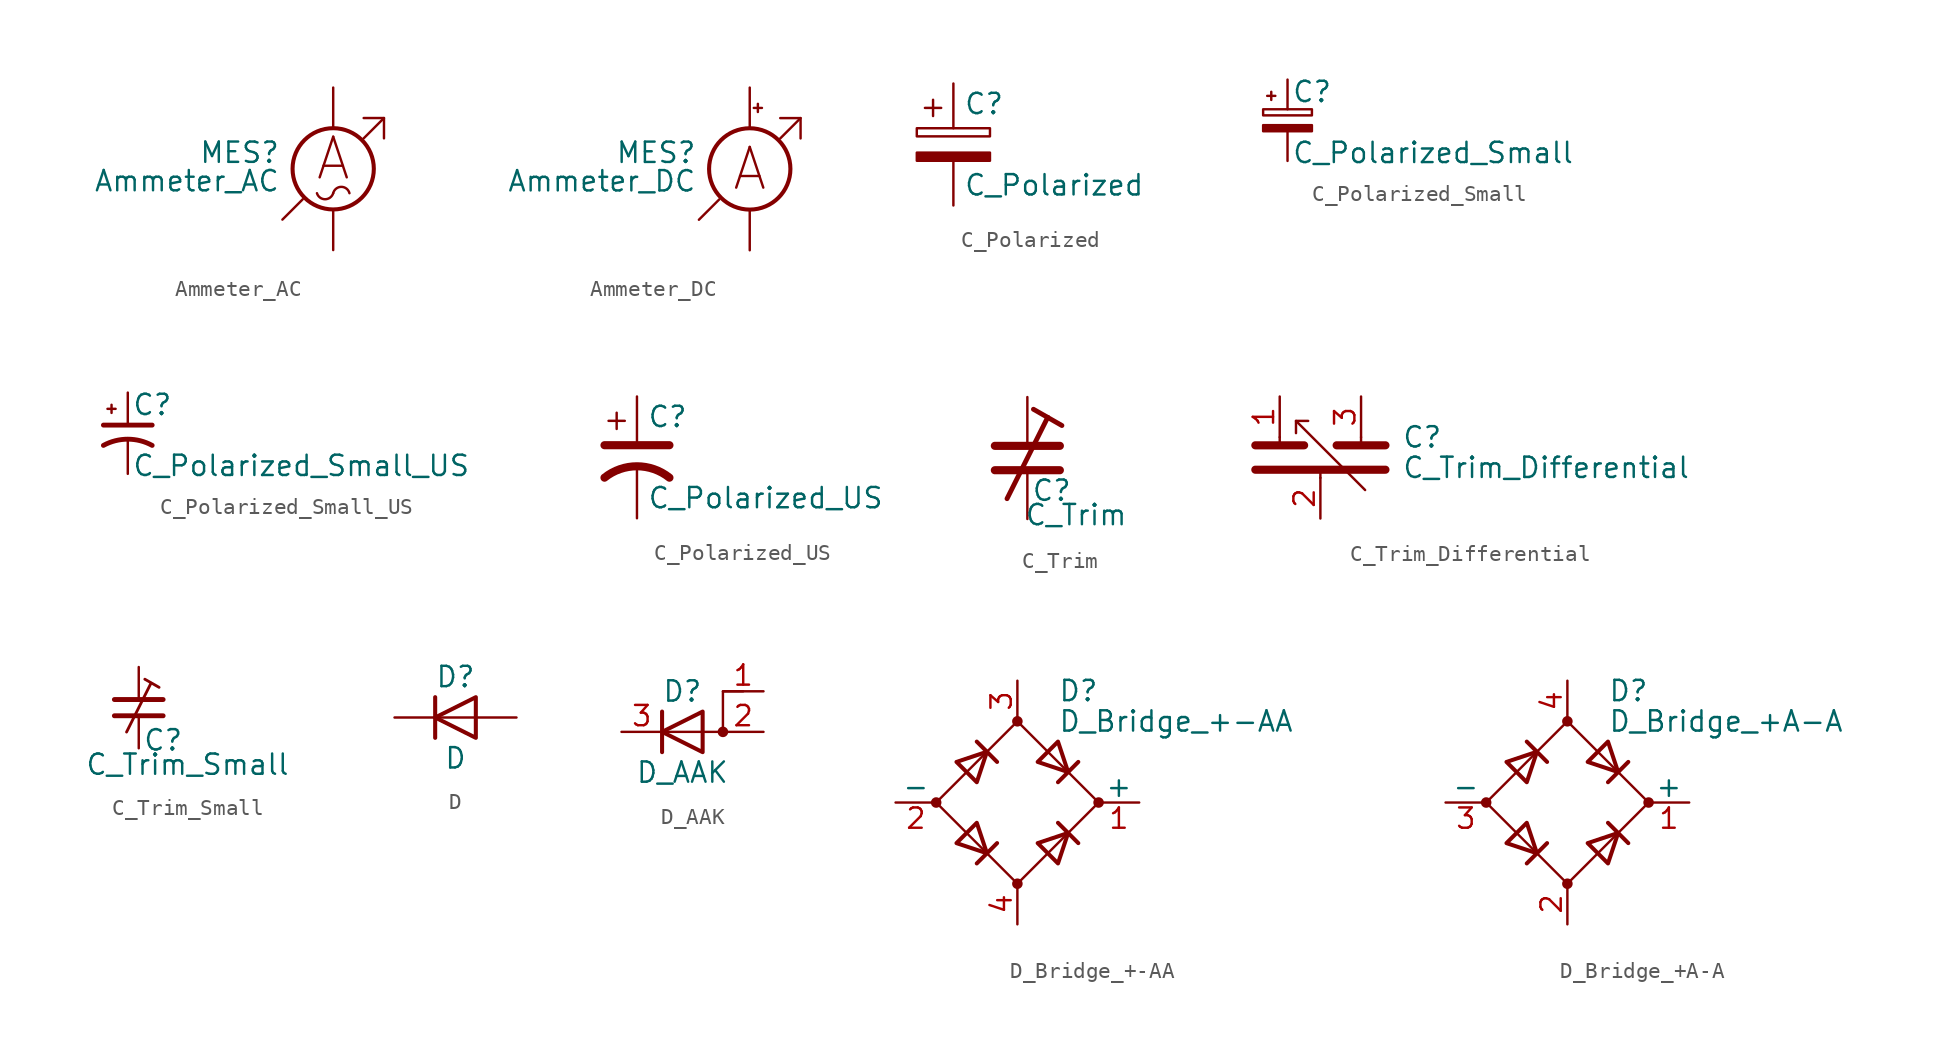
<source format=kicad_sym>
(kicad_symbol_lib
  (version 20201005)
  (generator kicad_symbol_editor)
  (symbol "Ammeter_AC"
    (pin_numbers hide)
    (pin_names
      (offset 0.025) hide)
    (property "Reference" "MES"
      (at -3.302 1.016 0)
      (effects (font (size 1.27 1.27)) (justify right)))
    (property "Value" "Ammeter_AC"
      (at -3.302 -0.762 0)
      (effects (font (size 1.27 1.27)) (justify right)))
    (symbol "Ammeter_AC_0_0"
      (text "A" (at 0 0.635 0) (effects (font (size 2.54 2.54))))
      (polyline (pts (xy -3.175 -3.175) (xy -1.905 -1.905)) (stroke (width 0)) (fill (type none)))
      (polyline (pts (xy 1.905 1.905) (xy 3.175 3.175)) (stroke (width 0)) (fill (type none)))
      (polyline (pts (xy 1.905 3.175) (xy 3.175 3.175) (xy 3.175 1.905)) (stroke (width 0)) (fill (type none))))
    (symbol "Ammeter_AC_0_1"
      (arc (start -1.016 -1.524) (end 0 -1.524) (radius (at -0.508 -1.3716) (length 0.5334) (angles -163.3 -16.7)) (stroke (width 0)) (fill (type none)))
      (arc (start 1.016 -1.524) (end 0 -1.524) (radius (at 0.508 -1.651) (length 0.5334) (angles 14 166)) (stroke (width 0)) (fill (type none)))
      (circle (center 0 0) (radius 2.54) (stroke (width 0.254)) (fill (type none))))
    (symbol "Ammeter_AC_1_1"
      (pin passive line (at 0 -5.08 90) (length 2.54) (name "~" (effects (font (size 1.27 1.27)))) (number "1" (effects (font (size 1.27 1.27)))))
      (pin passive line (at 0 5.08 270) (length 2.54) (name "~" (effects (font (size 1.27 1.27)))) (number "2" (effects (font (size 1.27 1.27)))))))
  (symbol "Ammeter_DC"
    (pin_numbers hide)
    (pin_names
      (offset 0.025) hide)
    (property "Reference" "MES"
      (at -3.302 1.016 0)
      (effects (font (size 1.27 1.27)) (justify right)))
    (property "Value" "Ammeter_DC"
      (at -3.302 -0.762 0)
      (effects (font (size 1.27 1.27)) (justify right)))
    (symbol "Ammeter_DC_0_0"
      (text "A" (at 0 0 0) (effects (font (size 2.54 2.54))))
      (polyline (pts (xy -3.175 -3.175) (xy -1.905 -1.905)) (stroke (width 0)) (fill (type none)))
      (polyline (pts (xy 1.905 1.905) (xy 3.175 3.175)) (stroke (width 0)) (fill (type none)))
      (polyline (pts (xy 1.905 3.175) (xy 3.175 3.175) (xy 3.175 1.905)) (stroke (width 0)) (fill (type none))))
    (symbol "Ammeter_DC_0_1"
      (circle (center 0 0) (radius 2.54) (stroke (width 0.254)) (fill (type none)))
      (polyline (pts (xy 0.254 3.81) (xy 0.762 3.81)) (stroke (width 0)) (fill (type none)))
      (polyline (pts (xy 0.508 4.064) (xy 0.508 3.556)) (stroke (width 0)) (fill (type none))))
    (symbol "Ammeter_DC_1_1"
      (pin passive line (at 0 -5.08 90) (length 2.54) (name "-" (effects (font (size 1.27 1.27)))) (number "1" (effects (font (size 1.27 1.27)))))
      (pin passive line (at 0 5.08 270) (length 2.54) (name "+" (effects (font (size 1.27 1.27)))) (number "2" (effects (font (size 1.27 1.27)))))))
  (symbol "C_Polarized"
    (pin_numbers hide)
    (pin_names
      (offset 0.254))
    (property "Reference" "C"
      (at 0.635 2.54 0)
      (effects (font (size 1.27 1.27)) (justify left)))
    (property "Value" "C_Polarized"
      (at 0.635 -2.54 0)
      (effects (font (size 1.27 1.27)) (justify left)))
    (symbol "C_Polarized_0_1"
      (rectangle (start -2.286 0.508) (end 2.286 1.016) (stroke (width 0)) (fill (type none)))
      (rectangle (start 2.286 -0.508) (end -2.286 -1.016) (stroke (width 0)) (fill (type outline)))
      (polyline (pts (xy -1.778 2.286) (xy -0.762 2.286)) (stroke (width 0)) (fill (type none)))
      (polyline (pts (xy -1.27 2.794) (xy -1.27 1.778)) (stroke (width 0)) (fill (type none))))
    (symbol "C_Polarized_1_1"
      (pin passive line (at 0 3.81 270) (length 2.794) (name "~" (effects (font (size 1.27 1.27)))) (number "1" (effects (font (size 1.27 1.27)))))
      (pin passive line (at 0 -3.81 90) (length 2.794) (name "~" (effects (font (size 1.27 1.27)))) (number "2" (effects (font (size 1.27 1.27)))))))
  (symbol "C_Polarized_Small"
    (pin_numbers hide)
    (pin_names
      (offset 0.254) hide)
    (property "Reference" "C"
      (at 0.254 1.778 0)
      (effects (font (size 1.27 1.27)) (justify left)))
    (property "Value" "C_Polarized_Small"
      (at 0.254 -2.032 0)
      (effects (font (size 1.27 1.27)) (justify left)))
    (symbol "C_Polarized_Small_0_1"
      (rectangle (start -1.524 0.686) (end 1.524 0.305) (stroke (width 0)) (fill (type none)))
      (rectangle (start -1.524 -0.305) (end 1.524 -0.686) (stroke (width 0)) (fill (type outline)))
      (polyline (pts (xy -1.27 1.524) (xy -0.762 1.524)) (stroke (width 0)) (fill (type none)))
      (polyline (pts (xy -1.016 1.27) (xy -1.016 1.778)) (stroke (width 0)) (fill (type none))))
    (symbol "C_Polarized_Small_1_1"
      (pin passive line (at 0 2.54 270) (length 1.854) (name "~" (effects (font (size 1.27 1.27)))) (number "1" (effects (font (size 1.27 1.27)))))
      (pin passive line (at 0 -2.54 90) (length 1.854) (name "~" (effects (font (size 1.27 1.27)))) (number "2" (effects (font (size 1.27 1.27)))))))
  (symbol "C_Polarized_Small_US"
    (pin_numbers hide)
    (pin_names
      (offset 0.254) hide)
    (property "Reference" "C"
      (at 0.254 1.778 0)
      (effects (font (size 1.27 1.27)) (justify left)))
    (property "Value" "C_Polarized_Small_US"
      (at 0.254 -2.032 0)
      (effects (font (size 1.27 1.27)) (justify left)))
    (symbol "C_Polarized_Small_US_0_1"
      (arc (start -1.524 -0.762) (end 1.524 -0.762) (radius (at 0 -3.556) (length 3.175) (angles 118.6 61.4)) (stroke (width 0.3048)) (fill (type none)))
      (polyline (pts (xy -1.524 0.508) (xy 1.524 0.508)) (stroke (width 0.305)) (fill (type none)))
      (polyline (pts (xy -1.27 1.524) (xy -0.762 1.524)) (stroke (width 0)) (fill (type none)))
      (polyline (pts (xy -1.016 1.27) (xy -1.016 1.778)) (stroke (width 0)) (fill (type none))))
    (symbol "C_Polarized_Small_US_1_1"
      (pin passive line (at 0 2.54 270) (length 2.032) (name "~" (effects (font (size 1.27 1.27)))) (number "1" (effects (font (size 1.27 1.27)))))
      (pin passive line (at 0 -2.54 90) (length 2.032) (name "~" (effects (font (size 1.27 1.27)))) (number "2" (effects (font (size 1.27 1.27)))))))
  (symbol "C_Polarized_US"
    (pin_numbers hide)
    (pin_names
      (offset 0.254) hide)
    (property "Reference" "C"
      (at 0.635 2.54 0)
      (effects (font (size 1.27 1.27)) (justify left)))
    (property "Value" "C_Polarized_US"
      (at 0.635 -2.54 0)
      (effects (font (size 1.27 1.27)) (justify left)))
    (symbol "C_Polarized_US_0_1"
      (arc (start -2.032 -1.27) (end 2.032 -1.27) (radius (at 0 -3.81) (length 3.2512) (angles 128.7 51.3)) (stroke (width 0.508)) (fill (type none)))
      (polyline (pts (xy -2.032 0.762) (xy 2.032 0.762)) (stroke (width 0.508)) (fill (type none)))
      (polyline (pts (xy -1.778 2.286) (xy -0.762 2.286)) (stroke (width 0)) (fill (type none)))
      (polyline (pts (xy -1.27 1.778) (xy -1.27 2.794)) (stroke (width 0)) (fill (type none))))
    (symbol "C_Polarized_US_1_1"
      (pin passive line (at 0 3.81 270) (length 2.794) (name "~" (effects (font (size 1.27 1.27)))) (number "1" (effects (font (size 1.27 1.27)))))
      (pin passive line (at 0 -3.81 90) (length 3.302) (name "~" (effects (font (size 1.27 1.27)))) (number "2" (effects (font (size 1.27 1.27)))))))
  (symbol "C_Trim"
    (pin_numbers hide)
    (pin_names
      (offset 0.254) hide)
    (property "Reference" "C"
      (at 1.524 -2.032 0)
      (effects (font (size 1.27 1.27))))
    (property "Value" "C_Trim"
      (at 3.048 -3.556 0)
      (effects (font (size 1.27 1.27))))
    (symbol "C_Trim_0_1"
      (polyline (pts (xy -2.032 -0.762) (xy 2.032 -0.762)) (stroke (width 0.508)) (fill (type none)))
      (polyline (pts (xy -2.032 0.762) (xy 2.032 0.762)) (stroke (width 0.508)) (fill (type none)))
      (polyline (pts (xy 1.27 2.54) (xy -1.27 -2.54)) (stroke (width 0.305)) (fill (type none)))
      (polyline (pts (xy 1.27 2.54) (xy 0.381 3.048)) (stroke (width 0.305)) (fill (type none)))
      (polyline (pts (xy 1.27 2.54) (xy 2.159 2.032)) (stroke (width 0.305)) (fill (type none))))
    (symbol "C_Trim_1_1"
      (pin passive line (at 0 3.81 270) (length 3.048) (name "~" (effects (font (size 1.27 1.27)))) (number "1" (effects (font (size 1.27 1.27)))))
      (pin passive line (at 0 -3.81 90) (length 3.048) (name "~" (effects (font (size 1.27 1.27)))) (number "2" (effects (font (size 1.27 1.27)))))))
  (symbol "C_Trim_Differential"
    (pin_names
      (offset 0.254) hide)
    (property "Reference" "C"
      (at 5.08 1.27 0)
      (effects (font (size 1.27 1.27)) (justify left)))
    (property "Value" "C_Trim_Differential"
      (at 5.08 -0.635 0)
      (effects (font (size 1.27 1.27)) (justify left)))
    (symbol "C_Trim_Differential_0_1"
      (polyline (pts (xy -4.064 -0.762) (xy 4.064 -0.762)) (stroke (width 0.508)) (fill (type none)))
      (polyline (pts (xy -4.064 0.762) (xy -1.016 0.762)) (stroke (width 0.508)) (fill (type none)))
      (polyline (pts (xy -2.54 1.27) (xy -2.54 0.762)) (stroke (width 0)) (fill (type none)))
      (polyline (pts (xy -1.524 2.286) (xy 2.794 -2.032)) (stroke (width 0)) (fill (type none)))
      (polyline (pts (xy 0 -1.27) (xy 0 -0.762)) (stroke (width 0)) (fill (type none)))
      (polyline (pts (xy 1.016 0.762) (xy 4.064 0.762)) (stroke (width 0.508)) (fill (type none)))
      (polyline (pts (xy 2.54 1.27) (xy 2.54 0.762)) (stroke (width 0)) (fill (type none)))
      (polyline (pts (xy -0.762 2.286) (xy -1.524 2.286) (xy -1.524 1.524)) (stroke (width 0)) (fill (type none))))
    (symbol "C_Trim_Differential_1_1"
      (pin passive line (at -2.54 3.81 270) (length 2.54) (name "~" (effects (font (size 1.27 1.27)))) (number "1" (effects (font (size 1.27 1.27)))))
      (pin passive line (at 0 -3.81 90) (length 2.54) (name "~" (effects (font (size 1.27 1.27)))) (number "2" (effects (font (size 1.27 1.27)))))
      (pin passive line (at 2.54 3.81 270) (length 2.54) (name "~" (effects (font (size 1.27 1.27)))) (number "3" (effects (font (size 1.27 1.27)))))))
  (symbol "C_Trim_Small"
    (pin_numbers hide)
    (pin_names
      (offset 0.254) hide)
    (property "Reference" "C"
      (at 1.524 -2.032 0)
      (effects (font (size 1.27 1.27))))
    (property "Value" "C_Trim_Small"
      (at 3.048 -3.556 0)
      (effects (font (size 1.27 1.27))))
    (symbol "C_Trim_Small_0_1"
      (polyline (pts (xy -1.524 -0.508) (xy 1.524 -0.508)) (stroke (width 0.305)) (fill (type none)))
      (polyline (pts (xy -1.524 0.508) (xy 1.524 0.508)) (stroke (width 0.305)) (fill (type none)))
      (polyline (pts (xy 0.762 1.524) (xy -0.762 -1.524)) (stroke (width 0.178)) (fill (type none)))
      (polyline (pts (xy 1.27 1.27) (xy 0.381 1.778)) (stroke (width 0.178)) (fill (type none))))
    (symbol "C_Trim_Small_1_1"
      (pin passive line (at 0 2.54 270) (length 2.032) (name "~" (effects (font (size 1.27 1.27)))) (number "1" (effects (font (size 1.27 1.27)))))
      (pin passive line (at 0 -2.54 90) (length 2.032) (name "~" (effects (font (size 1.27 1.27)))) (number "2" (effects (font (size 1.27 1.27)))))))
  (symbol "D"
    (pin_numbers hide)
    (pin_names
      (offset 1.016) hide)
    (property "Reference" "D"
      (at 0 2.54 0)
      (effects (font (size 1.27 1.27))))
    (property "Value" "D"
      (at 0 -2.54 0)
      (effects (font (size 1.27 1.27))))
    (symbol "D_0_1"
      (polyline (pts (xy -1.27 1.27) (xy -1.27 -1.27)) (stroke (width 0.254)) (fill (type none)))
      (polyline (pts (xy 1.27 0) (xy -1.27 0)) (stroke (width 0)) (fill (type none)))
      (polyline (pts (xy 1.27 1.27) (xy 1.27 -1.27) (xy -1.27 0) (xy 1.27 1.27)) (stroke (width 0.254)) (fill (type none))))
    (symbol "D_1_1"
      (pin passive line (at -3.81 0 0) (length 2.54) (name "K" (effects (font (size 1.27 1.27)))) (number "1" (effects (font (size 1.27 1.27)))))
      (pin passive line (at 3.81 0 180) (length 2.54) (name "A" (effects (font (size 1.27 1.27)))) (number "2" (effects (font (size 1.27 1.27)))))))
  (symbol "D_AAK"
    (pin_names
      (offset 0) hide)
    (property "Reference" "D"
      (at 0 2.54 0)
      (effects (font (size 1.27 1.27))))
    (property "Value" "D_AAK"
      (at 0 -2.54 0)
      (effects (font (size 1.27 1.27))))
    (symbol "D_AAK_0_1"
      (circle (center 2.54 0) (radius 0.254) (stroke (width 0)) (fill (type outline)))
      (polyline (pts (xy -1.27 1.27) (xy -1.27 -1.27)) (stroke (width 0.254)) (fill (type none)))
      (polyline (pts (xy 1.27 1.27) (xy 1.27 -1.27) (xy -1.27 0) (xy 1.27 1.27)) (stroke (width 0.254)) (fill (type none)))
      (polyline (pts (xy 3.81 2.54) (xy 2.54 2.54) (xy 2.54 0) (xy -1.27 0)) (stroke (width 0)) (fill (type none))))
    (symbol "D_AAK_1_1"
      (pin passive line (at 5.08 2.54 180) (length 2.54) (name "A" (effects (font (size 1.27 1.27)))) (number "1" (effects (font (size 1.27 1.27)))))
      (pin passive line (at 5.08 0 180) (length 2.54) (name "A" (effects (font (size 1.27 1.27)))) (number "2" (effects (font (size 1.27 1.27)))))
      (pin passive line (at -3.81 0 0) (length 2.54) (name "K" (effects (font (size 1.27 1.27)))) (number "3" (effects (font (size 1.27 1.27)))))))
  (symbol "D_Bridge_+-AA"
    (pin_names
      (offset 0))
    (property "Reference" "D"
      (at 2.54 6.985 0)
      (effects (font (size 1.27 1.27)) (justify left)))
    (property "Value" "D_Bridge_+-AA"
      (at 2.54 5.08 0)
      (effects (font (size 1.27 1.27)) (justify left)))
    (symbol "D_Bridge_+-AA_0_1"
      (circle (center -5.08 0) (radius 0.254) (stroke (width 0)) (fill (type outline)))
      (circle (center 0 -5.08) (radius 0.254) (stroke (width 0)) (fill (type outline)))
      (circle (center 0 5.08) (radius 0.254) (stroke (width 0)) (fill (type outline)))
      (circle (center 5.08 0) (radius 0.254) (stroke (width 0)) (fill (type outline)))
      (polyline (pts (xy -2.54 3.81) (xy -1.27 2.54)) (stroke (width 0.254)) (fill (type none)))
      (polyline (pts (xy -1.27 -2.54) (xy -2.54 -3.81)) (stroke (width 0.254)) (fill (type none)))
      (polyline (pts (xy 2.54 -1.27) (xy 3.81 -2.54)) (stroke (width 0.254)) (fill (type none)))
      (polyline (pts (xy 2.54 1.27) (xy 3.81 2.54)) (stroke (width 0.254)) (fill (type none)))
      (polyline (pts (xy -3.81 2.54) (xy -2.54 1.27) (xy -1.905 3.175) (xy -3.81 2.54)) (stroke (width 0.254)) (fill (type none)))
      (polyline (pts (xy -2.54 -1.27) (xy -3.81 -2.54) (xy -1.905 -3.175) (xy -2.54 -1.27)) (stroke (width 0.254)) (fill (type none)))
      (polyline (pts (xy 1.27 2.54) (xy 2.54 3.81) (xy 3.175 1.905) (xy 1.27 2.54)) (stroke (width 0.254)) (fill (type none)))
      (polyline (pts (xy 3.175 -1.905) (xy 1.27 -2.54) (xy 2.54 -3.81) (xy 3.175 -1.905)) (stroke (width 0.254)) (fill (type none)))
      (polyline (pts (xy -5.08 0) (xy 0 -5.08) (xy 5.08 0) (xy 0 5.08) (xy -5.08 0)) (stroke (width 0)) (fill (type none))))
    (symbol "D_Bridge_+-AA_1_1"
      (pin passive line (at 7.62 0 180) (length 2.54) (name "+" (effects (font (size 1.27 1.27)))) (number "1" (effects (font (size 1.27 1.27)))))
      (pin passive line (at -7.62 0 0) (length 2.54) (name "-" (effects (font (size 1.27 1.27)))) (number "2" (effects (font (size 1.27 1.27)))))
      (pin passive line (at 0 7.62 270) (length 2.54) (name "~~" (effects (font (size 1.27 1.27)))) (number "3" (effects (font (size 1.27 1.27)))))
      (pin passive line (at 0 -7.62 90) (length 2.54) (name "~~" (effects (font (size 1.27 1.27)))) (number "4" (effects (font (size 1.27 1.27)))))))
  (symbol "D_Bridge_+A-A"
    (pin_names
      (offset 0))
    (property "Reference" "D"
      (at 2.54 6.985 0)
      (effects (font (size 1.27 1.27)) (justify left)))
    (property "Value" "D_Bridge_+A-A"
      (at 2.54 5.08 0)
      (effects (font (size 1.27 1.27)) (justify left)))
    (symbol "D_Bridge_+A-A_0_1"
      (circle (center -5.08 0) (radius 0.254) (stroke (width 0)) (fill (type outline)))
      (circle (center 0 -5.08) (radius 0.254) (stroke (width 0)) (fill (type outline)))
      (circle (center 0 5.08) (radius 0.254) (stroke (width 0)) (fill (type outline)))
      (circle (center 5.08 0) (radius 0.254) (stroke (width 0)) (fill (type outline)))
      (polyline (pts (xy -2.54 3.81) (xy -1.27 2.54)) (stroke (width 0.254)) (fill (type none)))
      (polyline (pts (xy -1.27 -2.54) (xy -2.54 -3.81)) (stroke (width 0.254)) (fill (type none)))
      (polyline (pts (xy 2.54 -1.27) (xy 3.81 -2.54)) (stroke (width 0.254)) (fill (type none)))
      (polyline (pts (xy 2.54 1.27) (xy 3.81 2.54)) (stroke (width 0.254)) (fill (type none)))
      (polyline (pts (xy -3.81 2.54) (xy -2.54 1.27) (xy -1.905 3.175) (xy -3.81 2.54)) (stroke (width 0.254)) (fill (type none)))
      (polyline (pts (xy -2.54 -1.27) (xy -3.81 -2.54) (xy -1.905 -3.175) (xy -2.54 -1.27)) (stroke (width 0.254)) (fill (type none)))
      (polyline (pts (xy 1.27 2.54) (xy 2.54 3.81) (xy 3.175 1.905) (xy 1.27 2.54)) (stroke (width 0.254)) (fill (type none)))
      (polyline (pts (xy 3.175 -1.905) (xy 1.27 -2.54) (xy 2.54 -3.81) (xy 3.175 -1.905)) (stroke (width 0.254)) (fill (type none)))
      (polyline (pts (xy -5.08 0) (xy 0 -5.08) (xy 5.08 0) (xy 0 5.08) (xy -5.08 0)) (stroke (width 0)) (fill (type none))))
    (symbol "D_Bridge_+A-A_1_1"
      (pin passive line (at 7.62 0 180) (length 2.54) (name "+" (effects (font (size 1.27 1.27)))) (number "1" (effects (font (size 1.27 1.27)))))
      (pin passive line (at 0 -7.62 90) (length 2.54) (name "~~" (effects (font (size 1.27 1.27)))) (number "2" (effects (font (size 1.27 1.27)))))
      (pin passive line (at -7.62 0 0) (length 2.54) (name "-" (effects (font (size 1.27 1.27)))) (number "3" (effects (font (size 1.27 1.27)))))
      (pin passive line (at 0 7.62 270) (length 2.54) (name "~~" (effects (font (size 1.27 1.27)))) (number "4" (effects (font (size 1.27 1.27))))))))
</source>
